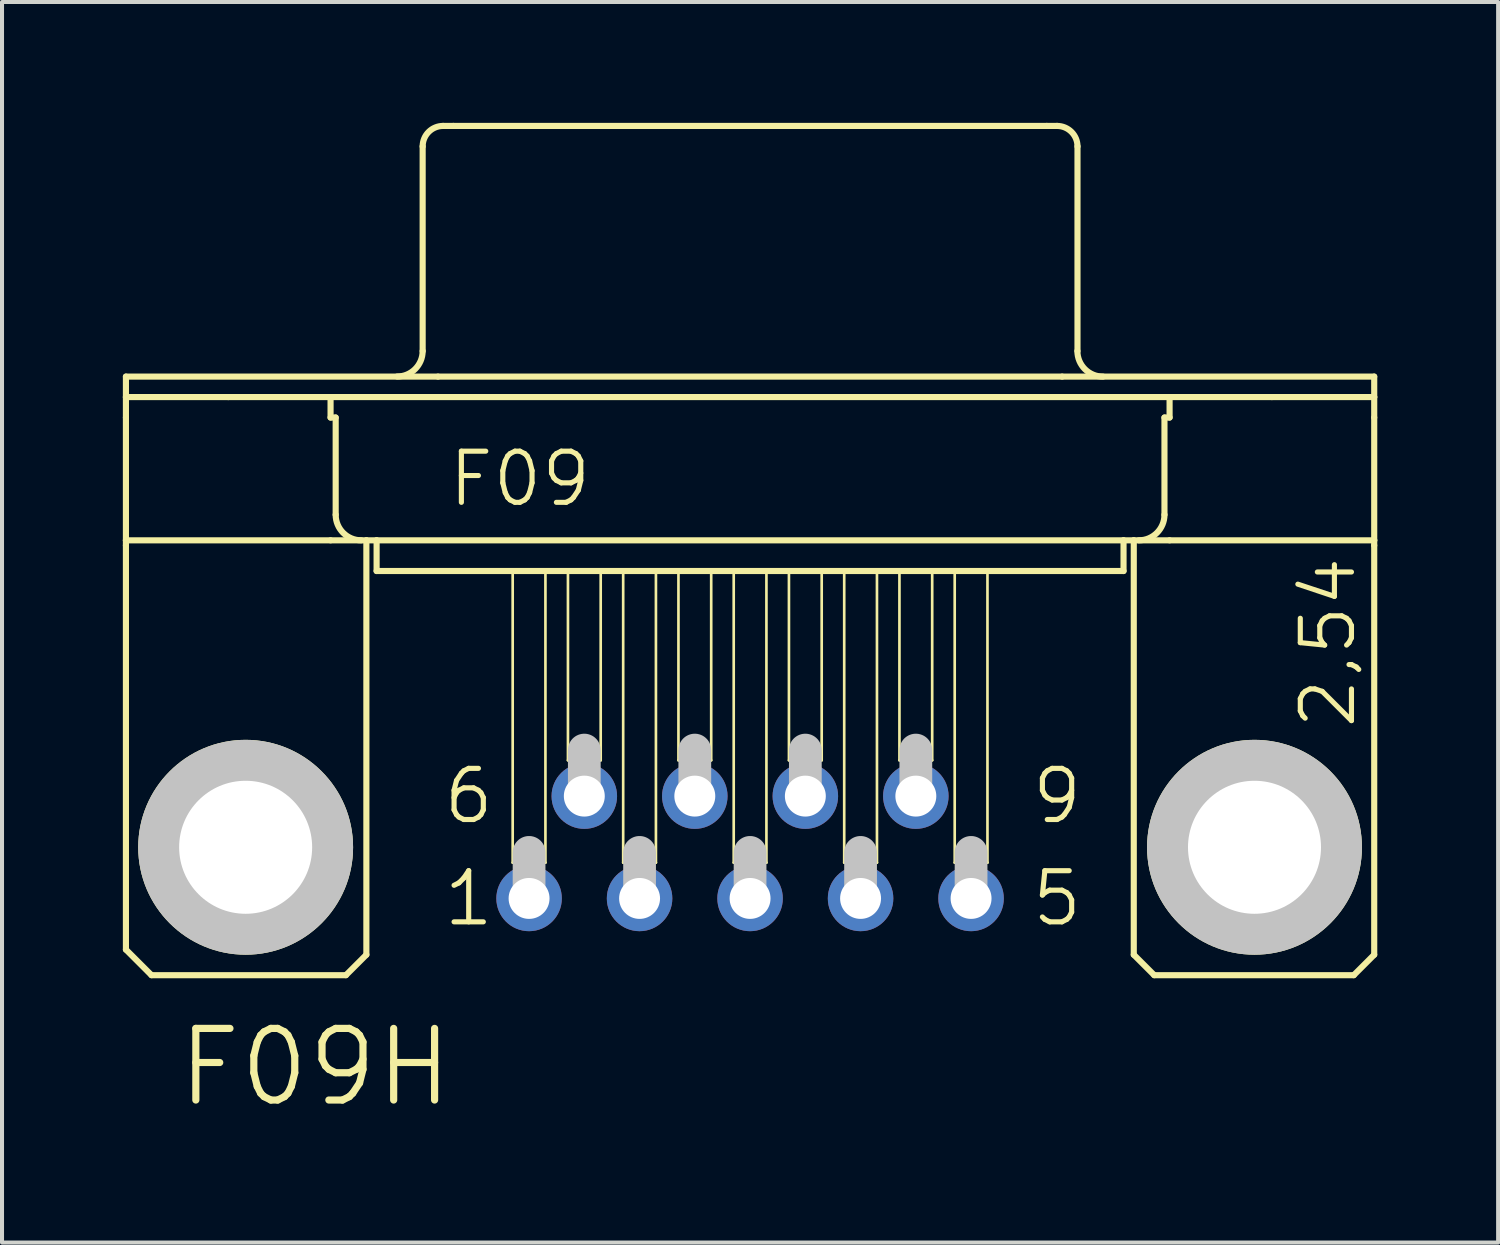
<source format=kicad_pcb>
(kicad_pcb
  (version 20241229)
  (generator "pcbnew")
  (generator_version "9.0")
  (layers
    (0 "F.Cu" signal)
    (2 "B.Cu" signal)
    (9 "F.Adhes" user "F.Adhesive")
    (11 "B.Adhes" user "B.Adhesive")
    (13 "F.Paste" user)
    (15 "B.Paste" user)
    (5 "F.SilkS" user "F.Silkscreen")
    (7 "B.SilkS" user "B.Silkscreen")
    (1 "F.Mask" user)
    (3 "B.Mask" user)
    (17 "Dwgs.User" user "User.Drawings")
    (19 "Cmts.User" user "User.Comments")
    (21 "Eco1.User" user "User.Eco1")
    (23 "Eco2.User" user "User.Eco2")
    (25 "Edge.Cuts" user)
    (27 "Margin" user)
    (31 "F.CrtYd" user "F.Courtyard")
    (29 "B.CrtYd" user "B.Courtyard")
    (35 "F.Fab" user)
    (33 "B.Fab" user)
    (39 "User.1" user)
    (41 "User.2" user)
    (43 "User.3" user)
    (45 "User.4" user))
  (footprint "F09H"
    (layer "F.Cu")
    (at 15.57 17.983)
    (property "Reference" "F09H" (at -10.795 5.461 0) (layer "F.SilkS") (effects (font (size 1.778 1.778) (thickness 0.178))))
    (attr exclude_from_pos_files exclude_from_bom)
    (fp_line (start -15.494 -11.684) (end -7.747 -11.684) (stroke (width 0.152) (type solid)) (layer "F.SilkS"))
    (fp_line (start -15.494 -11.684) (end 15.494 -11.684) (stroke (width 0.066) (type solid)) (layer "F.SilkS"))
    (fp_line (start -15.494 -11.176) (end -15.494 -11.684) (stroke (width 0.066) (type solid)) (layer "F.SilkS"))
    (fp_line (start -15.494 -11.176) (end -15.494 -11.684) (stroke (width 0.152) (type solid)) (layer "F.SilkS"))
    (fp_line (start -15.494 -11.176) (end -12.954 -11.176) (stroke (width 0.152) (type solid)) (layer "F.SilkS"))
    (fp_line (start -15.494 -11.176) (end 15.494 -11.176) (stroke (width 0.066) (type solid)) (layer "F.SilkS"))
    (fp_line (start -15.494 -10.668) (end -15.494 -11.176) (stroke (width 0.152) (type solid)) (layer "F.SilkS"))
    (fp_line (start -15.494 -7.62) (end -15.494 -10.668) (stroke (width 0.152) (type solid)) (layer "F.SilkS"))
    (fp_line (start -15.494 -7.62) (end -15.494 -7.493) (stroke (width 0.152) (type solid)) (layer "F.SilkS"))
    (fp_line (start -15.494 -7.62) (end -10.414 -7.62) (stroke (width 0.152) (type solid)) (layer "F.SilkS"))
    (fp_line (start -15.494 2.54) (end -15.494 -7.493) (stroke (width 0.152) (type solid)) (layer "F.SilkS"))
    (fp_line (start -14.859 3.175) (end -15.494 2.54) (stroke (width 0.152) (type solid)) (layer "F.SilkS"))
    (fp_line (start -12.954 -11.176) (end -10.414 -11.176) (stroke (width 0.152) (type solid)) (layer "F.SilkS"))
    (fp_line (start -10.414 -11.176) (end 10.414 -11.176) (stroke (width 0.152) (type solid)) (layer "F.SilkS"))
    (fp_line (start -10.414 -10.668) (end -10.414 -11.176) (stroke (width 0.152) (type solid)) (layer "F.SilkS"))
    (fp_line (start -10.414 -10.668) (end -10.287 -10.668) (stroke (width 0.152) (type solid)) (layer "F.SilkS"))
    (fp_line (start -10.414 -7.62) (end -9.525 -7.62) (stroke (width 0.152) (type solid)) (layer "F.SilkS"))
    (fp_line (start -10.287 -8.255) (end -10.287 -10.668) (stroke (width 0.152) (type solid)) (layer "F.SilkS"))
    (fp_line (start -10.033 3.175) (end -14.859 3.175) (stroke (width 0.152) (type solid)) (layer "F.SilkS"))
    (fp_line (start -10.033 3.175) (end -9.525 2.667) (stroke (width 0.152) (type solid)) (layer "F.SilkS"))
    (fp_line (start -9.525 -7.62) (end -9.271 -7.62) (stroke (width 0.152) (type solid)) (layer "F.SilkS"))
    (fp_line (start -9.525 2.667) (end -9.525 -7.62) (stroke (width 0.152) (type solid)) (layer "F.SilkS"))
    (fp_line (start -9.271 -7.62) (end -9.271 -6.858) (stroke (width 0.152) (type solid)) (layer "F.SilkS"))
    (fp_line (start -9.271 -7.62) (end 9.271 -7.62) (stroke (width 0.066) (type solid)) (layer "F.SilkS"))
    (fp_line (start -9.271 -7.62) (end 9.271 -7.62) (stroke (width 0.152) (type solid)) (layer "F.SilkS"))
    (fp_line (start -9.271 -6.858) (end -9.271 -7.62) (stroke (width 0.066) (type solid)) (layer "F.SilkS"))
    (fp_line (start -9.271 -6.858) (end 9.271 -6.858) (stroke (width 0.066) (type solid)) (layer "F.SilkS"))
    (fp_line (start -9.271 -6.858) (end 9.271 -6.858) (stroke (width 0.152) (type solid)) (layer "F.SilkS"))
    (fp_line (start -8.128 -12.319) (end -8.128 -17.399) (stroke (width 0.152) (type solid)) (layer "F.SilkS"))
    (fp_line (start -7.62 -17.907) (end -7.366 -17.907) (stroke (width 0.152) (type solid)) (layer "F.SilkS"))
    (fp_line (start -7.366 -17.907) (end 7.366 -17.907) (stroke (width 0.152) (type solid)) (layer "F.SilkS"))
    (fp_line (start -5.893 -6.858) (end -5.08 -6.858) (stroke (width 0.066) (type solid)) (layer "F.SilkS"))
    (fp_line (start -5.893 0.381) (end -5.893 -6.858) (stroke (width 0.066) (type solid)) (layer "F.SilkS"))
    (fp_line (start -5.893 0.381) (end -5.08 0.381) (stroke (width 0.066) (type solid)) (layer "F.SilkS"))
    (fp_line (start -5.08 0.381) (end -5.08 -6.858) (stroke (width 0.066) (type solid)) (layer "F.SilkS"))
    (fp_line (start -4.521 -6.858) (end -3.708 -6.858) (stroke (width 0.066) (type solid)) (layer "F.SilkS"))
    (fp_line (start -4.521 -2.159) (end -4.521 -6.858) (stroke (width 0.066) (type solid)) (layer "F.SilkS"))
    (fp_line (start -4.521 -2.159) (end -3.708 -2.159) (stroke (width 0.066) (type solid)) (layer "F.SilkS"))
    (fp_line (start -3.708 -2.159) (end -3.708 -6.858) (stroke (width 0.066) (type solid)) (layer "F.SilkS"))
    (fp_line (start -3.15 -6.858) (end -2.337 -6.858) (stroke (width 0.066) (type solid)) (layer "F.SilkS"))
    (fp_line (start -3.15 0.381) (end -3.15 -6.858) (stroke (width 0.066) (type solid)) (layer "F.SilkS"))
    (fp_line (start -3.15 0.381) (end -2.337 0.381) (stroke (width 0.066) (type solid)) (layer "F.SilkS"))
    (fp_line (start -2.337 0.381) (end -2.337 -6.858) (stroke (width 0.066) (type solid)) (layer "F.SilkS"))
    (fp_line (start -1.778 -6.858) (end -0.965 -6.858) (stroke (width 0.066) (type solid)) (layer "F.SilkS"))
    (fp_line (start -1.778 -2.159) (end -1.778 -6.858) (stroke (width 0.066) (type solid)) (layer "F.SilkS"))
    (fp_line (start -1.778 -2.159) (end -0.965 -2.159) (stroke (width 0.066) (type solid)) (layer "F.SilkS"))
    (fp_line (start -0.965 -2.159) (end -0.965 -6.858) (stroke (width 0.066) (type solid)) (layer "F.SilkS"))
    (fp_line (start -0.406 -6.858) (end 0.406 -6.858) (stroke (width 0.066) (type solid)) (layer "F.SilkS"))
    (fp_line (start -0.406 0.381) (end -0.406 -6.858) (stroke (width 0.066) (type solid)) (layer "F.SilkS"))
    (fp_line (start -0.406 0.381) (end 0.406 0.381) (stroke (width 0.066) (type solid)) (layer "F.SilkS"))
    (fp_line (start 0.406 0.381) (end 0.406 -6.858) (stroke (width 0.066) (type solid)) (layer "F.SilkS"))
    (fp_line (start 0.965 -6.858) (end 1.778 -6.858) (stroke (width 0.066) (type solid)) (layer "F.SilkS"))
    (fp_line (start 0.965 -2.159) (end 0.965 -6.858) (stroke (width 0.066) (type solid)) (layer "F.SilkS"))
    (fp_line (start 0.965 -2.159) (end 1.778 -2.159) (stroke (width 0.066) (type solid)) (layer "F.SilkS"))
    (fp_line (start 1.778 -2.159) (end 1.778 -6.858) (stroke (width 0.066) (type solid)) (layer "F.SilkS"))
    (fp_line (start 2.337 -6.858) (end 3.15 -6.858) (stroke (width 0.066) (type solid)) (layer "F.SilkS"))
    (fp_line (start 2.337 0.381) (end 2.337 -6.858) (stroke (width 0.066) (type solid)) (layer "F.SilkS"))
    (fp_line (start 2.337 0.381) (end 3.15 0.381) (stroke (width 0.066) (type solid)) (layer "F.SilkS"))
    (fp_line (start 3.15 0.381) (end 3.15 -6.858) (stroke (width 0.066) (type solid)) (layer "F.SilkS"))
    (fp_line (start 3.708 -6.858) (end 4.521 -6.858) (stroke (width 0.066) (type solid)) (layer "F.SilkS"))
    (fp_line (start 3.708 -2.159) (end 3.708 -6.858) (stroke (width 0.066) (type solid)) (layer "F.SilkS"))
    (fp_line (start 3.708 -2.159) (end 4.521 -2.159) (stroke (width 0.066) (type solid)) (layer "F.SilkS"))
    (fp_line (start 4.521 -2.159) (end 4.521 -6.858) (stroke (width 0.066) (type solid)) (layer "F.SilkS"))
    (fp_line (start 5.08 -6.858) (end 5.893 -6.858) (stroke (width 0.066) (type solid)) (layer "F.SilkS"))
    (fp_line (start 5.08 0.381) (end 5.08 -6.858) (stroke (width 0.066) (type solid)) (layer "F.SilkS"))
    (fp_line (start 5.08 0.381) (end 5.893 0.381) (stroke (width 0.066) (type solid)) (layer "F.SilkS"))
    (fp_line (start 5.893 0.381) (end 5.893 -6.858) (stroke (width 0.066) (type solid)) (layer "F.SilkS"))
    (fp_line (start 7.366 -17.907) (end 7.62 -17.907) (stroke (width 0.152) (type solid)) (layer "F.SilkS"))
    (fp_line (start 7.747 -11.684) (end -7.747 -11.684) (stroke (width 0.152) (type solid)) (layer "F.SilkS"))
    (fp_line (start 7.747 -11.684) (end 15.494 -11.684) (stroke (width 0.152) (type solid)) (layer "F.SilkS"))
    (fp_line (start 8.128 -12.319) (end 8.128 -17.399) (stroke (width 0.152) (type solid)) (layer "F.SilkS"))
    (fp_line (start 9.271 -7.62) (end 9.271 -6.858) (stroke (width 0.152) (type solid)) (layer "F.SilkS"))
    (fp_line (start 9.271 -7.62) (end 9.525 -7.62) (stroke (width 0.152) (type solid)) (layer "F.SilkS"))
    (fp_line (start 9.271 -6.858) (end 9.271 -7.62) (stroke (width 0.066) (type solid)) (layer "F.SilkS"))
    (fp_line (start 9.525 -7.62) (end 10.414 -7.62) (stroke (width 0.152) (type solid)) (layer "F.SilkS"))
    (fp_line (start 9.525 2.667) (end 9.525 -7.62) (stroke (width 0.152) (type solid)) (layer "F.SilkS"))
    (fp_line (start 9.525 2.667) (end 10.033 3.175) (stroke (width 0.152) (type solid)) (layer "F.SilkS"))
    (fp_line (start 10.033 3.175) (end 14.986 3.175) (stroke (width 0.152) (type solid)) (layer "F.SilkS"))
    (fp_line (start 10.287 -10.668) (end 10.414 -10.668) (stroke (width 0.152) (type solid)) (layer "F.SilkS"))
    (fp_line (start 10.287 -8.255) (end 10.287 -10.668) (stroke (width 0.152) (type solid)) (layer "F.SilkS"))
    (fp_line (start 10.414 -11.176) (end 12.954 -11.176) (stroke (width 0.152) (type solid)) (layer "F.SilkS"))
    (fp_line (start 10.414 -10.668) (end 10.414 -11.176) (stroke (width 0.152) (type solid)) (layer "F.SilkS"))
    (fp_line (start 10.414 -7.62) (end 15.494 -7.62) (stroke (width 0.152) (type solid)) (layer "F.SilkS"))
    (fp_line (start 12.954 -11.176) (end 15.494 -11.176) (stroke (width 0.152) (type solid)) (layer "F.SilkS"))
    (fp_line (start 14.986 3.175) (end 15.494 2.667) (stroke (width 0.152) (type solid)) (layer "F.SilkS"))
    (fp_line (start 15.494 -11.684) (end 15.494 -11.176) (stroke (width 0.152) (type solid)) (layer "F.SilkS"))
    (fp_line (start 15.494 -11.176) (end 15.494 -11.684) (stroke (width 0.066) (type solid)) (layer "F.SilkS"))
    (fp_line (start 15.494 -11.176) (end 15.494 -10.668) (stroke (width 0.152) (type solid)) (layer "F.SilkS"))
    (fp_line (start 15.494 -10.668) (end 15.494 -7.62) (stroke (width 0.152) (type solid)) (layer "F.SilkS"))
    (fp_line (start 15.494 -7.62) (end 15.494 -7.493) (stroke (width 0.152) (type solid)) (layer "F.SilkS"))
    (fp_line (start 15.494 2.667) (end 15.494 -7.493) (stroke (width 0.152) (type solid)) (layer "F.SilkS"))
    (fp_arc (start -9.652 -7.62) (mid -10.101013 -7.805987) (end -10.287 -8.255) (stroke (width 0.1524) (type solid)) (layer "F.SilkS"))
    (fp_arc (start -8.128 -17.399) (mid -7.97921 -17.75821) (end -7.62 -17.907) (stroke (width 0.1524) (type solid)) (layer "F.SilkS"))
    (fp_arc (start -8.128 -12.319) (mid -8.313243 -11.871783) (end -8.76046 -11.68654) (stroke (width 0.1524) (type solid)) (layer "F.SilkS"))
    (fp_arc (start 7.62 -17.907) (mid 7.97921 -17.75821) (end 8.128 -17.399) (stroke (width 0.1524) (type solid)) (layer "F.SilkS"))
    (fp_arc (start 8.76046 -11.684) (mid 8.311447 -11.869987) (end 8.12546 -12.319) (stroke (width 0.1524) (type solid)) (layer "F.SilkS"))
    (fp_arc (start 10.287 -8.255) (mid 10.101013 -7.805987) (end 9.652 -7.62) (stroke (width 0.1524) (type solid)) (layer "F.SilkS"))
    (fp_circle (center -12.522 0) (end -12.522 -2.667) (stroke (width 0) (type solid)) (fill yes) (layer "F.SilkS"))
    (fp_circle (center -12.522 0) (end -12.522 -1.651) (stroke (width 0.152) (type solid)) (fill no) (layer "F.SilkS"))
    (fp_circle (center 12.522 0) (end 12.522 -2.667) (stroke (width 0) (type solid)) (fill yes) (layer "F.SilkS"))
    (fp_circle (center 12.522 0) (end 12.522 -1.651) (stroke (width 0.152) (type solid)) (fill no) (layer "F.SilkS"))
    (fp_line (start -5.486 1.143) (end -5.486 0.127) (stroke (width 0.813) (type solid)) (layer "Dwgs.User"))
    (fp_line (start -4.115 -1.397) (end -4.115 -2.413) (stroke (width 0.813) (type solid)) (layer "Dwgs.User"))
    (fp_line (start -2.743 1.143) (end -2.743 0.127) (stroke (width 0.813) (type solid)) (layer "Dwgs.User"))
    (fp_line (start -1.372 -1.397) (end -1.372 -2.413) (stroke (width 0.813) (type solid)) (layer "Dwgs.User"))
    (fp_line (start 0 1.143) (end 0 0.127) (stroke (width 0.813) (type solid)) (layer "Dwgs.User"))
    (fp_line (start 1.372 -1.397) (end 1.372 -2.413) (stroke (width 0.813) (type solid)) (layer "Dwgs.User"))
    (fp_line (start 2.743 1.143) (end 2.743 0.127) (stroke (width 0.813) (type solid)) (layer "Dwgs.User"))
    (fp_line (start 4.115 -1.397) (end 4.115 -2.413) (stroke (width 0.813) (type solid)) (layer "Dwgs.User"))
    (fp_line (start 5.486 1.143) (end 5.486 0.127) (stroke (width 0.813) (type solid)) (layer "Dwgs.User"))
    (fp_circle (center -12.522 0) (end -12.522 -2.667) (stroke (width 0) (type solid)) (fill yes) (layer "Dwgs.User"))
    (fp_circle (center 12.522 0) (end 12.522 -2.667) (stroke (width 0) (type solid)) (fill yes) (layer "Dwgs.User"))
    (fp_text user "6" (at -6.985 -1.27 0) (layer "F.SilkS") (effects (font (size 1.27 1.27) (thickness 0.127))))
    (fp_text user "F09" (at -5.715 -9.144 0) (layer "F.SilkS") (effects (font (size 1.27 1.27) (thickness 0.127))))
    (fp_text user "5" (at 7.62 1.27 0) (layer "F.SilkS") (effects (font (size 1.27 1.27) (thickness 0.127))))
    (fp_text user "9" (at 7.62 -1.27 0) (layer "F.SilkS") (effects (font (size 1.27 1.27) (thickness 0.127))))
    (fp_text user "2,54" (at 14.348 -5.08 90) (layer "F.SilkS") (effects (font (size 1.27 1.27) (thickness 0.127))))
    (fp_text user "1" (at -6.985 1.27 0) (layer "F.SilkS") (effects (font (size 1.27 1.27) (thickness 0.127))))
    (pad "" np_thru_hole circle (at -12.522 0) (size 3.302 3.302) (drill 3.302) (layers "*.Cu" "*.Mask"))
    (pad "" np_thru_hole circle (at 12.522 0) (size 3.302 3.302) (drill 3.302) (layers "*.Cu" "*.Mask"))
    (pad "1" thru_hole circle (at -5.486 1.27) (size 1.626 1.626) (drill 1.016) (layers "*.Cu" "*.Paste" "*.Mask"))
    (pad "2" thru_hole circle (at -2.743 1.27) (size 1.626 1.626) (drill 1.016) (layers "*.Cu" "*.Paste" "*.Mask"))
    (pad "3" thru_hole circle (at 0 1.27) (size 1.626 1.626) (drill 1.016) (layers "*.Cu" "*.Paste" "*.Mask"))
    (pad "4" thru_hole circle (at 2.743 1.27) (size 1.626 1.626) (drill 1.016) (layers "*.Cu" "*.Paste" "*.Mask"))
    (pad "5" thru_hole circle (at 5.486 1.27) (size 1.626 1.626) (drill 1.016) (layers "*.Cu" "*.Paste" "*.Mask"))
    (pad "6" thru_hole circle (at -4.115 -1.27) (size 1.626 1.626) (drill 1.016) (layers "*.Cu" "*.Paste" "*.Mask"))
    (pad "7" thru_hole circle (at -1.372 -1.27) (size 1.626 1.626) (drill 1.016) (layers "*.Cu" "*.Paste" "*.Mask"))
    (pad "8" thru_hole circle (at 1.372 -1.27) (size 1.626 1.626) (drill 1.016) (layers "*.Cu" "*.Paste" "*.Mask"))
    (pad "9" thru_hole circle (at 4.115 -1.27) (size 1.626 1.626) (drill 1.016) (layers "*.Cu" "*.Paste" "*.Mask")))
  (gr_rect
    (start -3 -3)
    (end 34.14 27.796)
    (stroke (width 0.1) (type default))
    (fill no)
    (layer "Edge.Cuts")))
</source>
